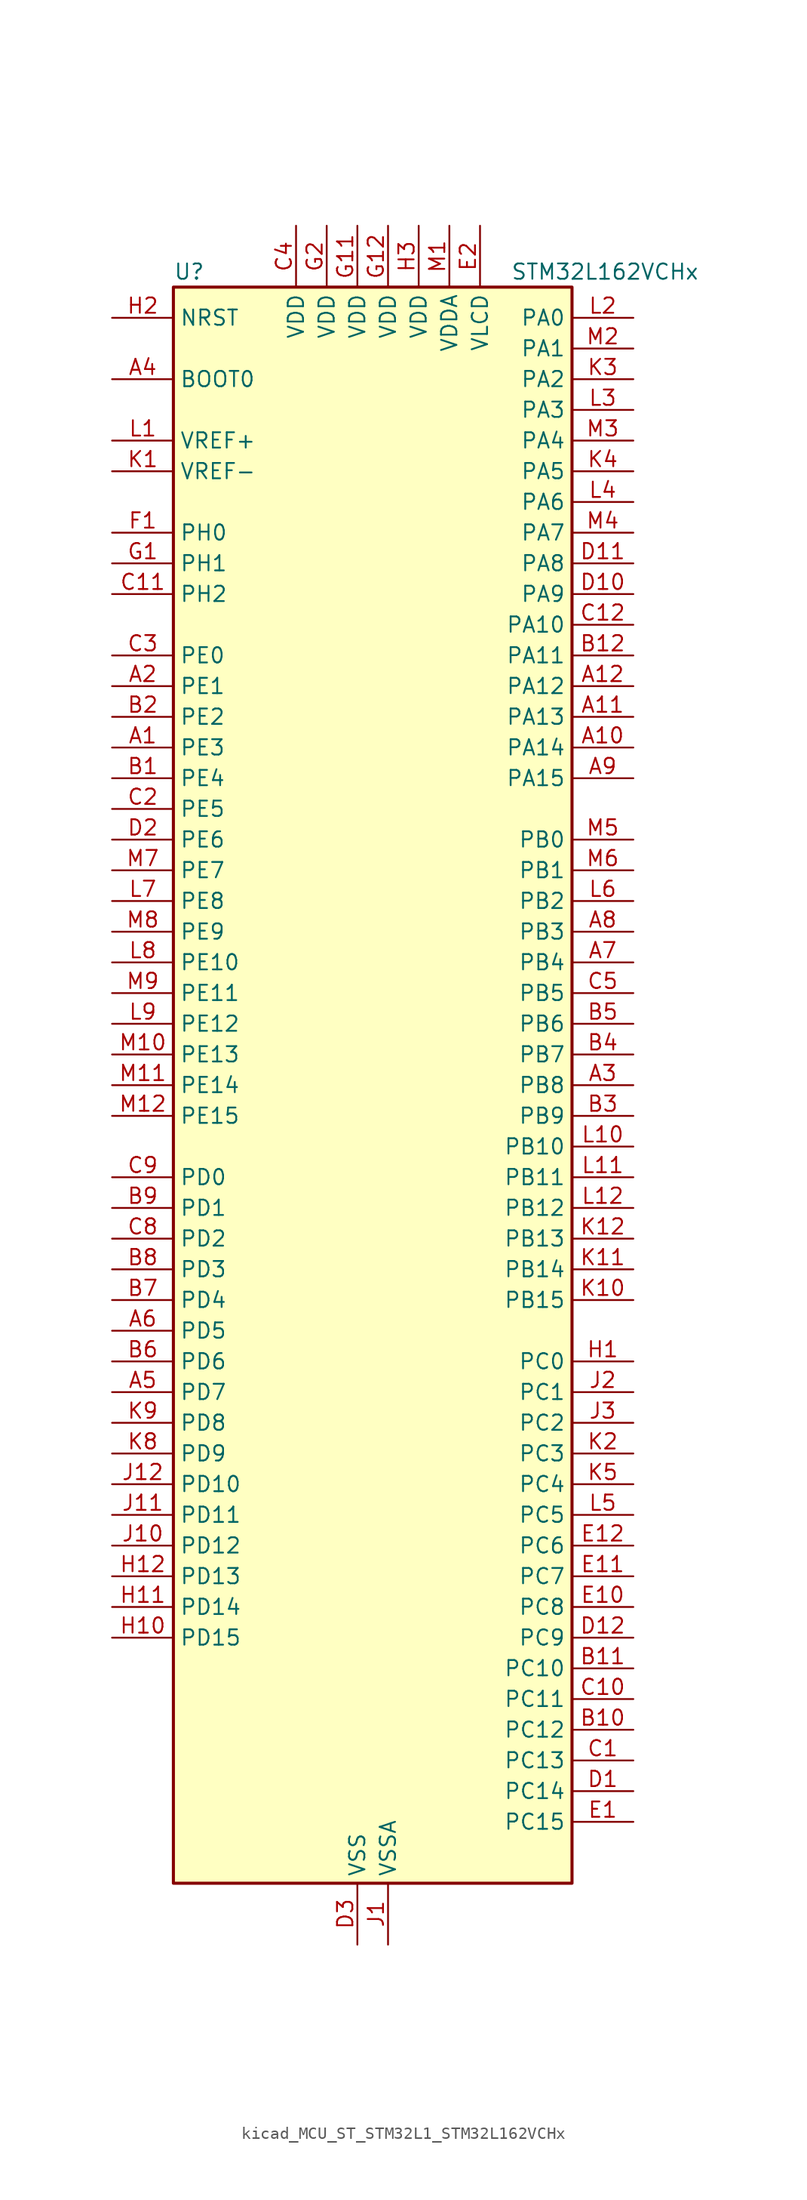
<source format=kicad_sym>
(kicad_symbol_lib
  (version 20220914)
  (generator kicad_symbol_editor)
  (symbol "kicad_MCU_ST_STM32L1_STM32L162VCHx"
    (property "Reference" "U"
      (at -15.24 67.31 0)
      (effects (font (size 1.27 1.27)) (justify left)))
    (property "Value" "STM32L162VCHx"
      (at 12.7 67.31 0)
      (effects (font (size 1.27 1.27)) (justify left)))
    (property "ki_locked" ""
      (at 0 0 0)
      (effects (font (size 1.27 1.27))))
    (symbol "kicad_MCU_ST_STM32L1_STM32L162VCHx_0_1"
      (rectangle (start -15.24 -66.04) (end 17.78 66.04) (stroke (width 0.254) (type default)) (fill (type background))))
    (symbol "kicad_MCU_ST_STM32L1_STM32L162VCHx_1_1"
      (pin bidirectional line (at -20.32 27.94 0) (length 5.08) (name "PE3" (effects (font (size 1.27 1.27)))) (number "A1" (effects (font (size 1.27 1.27)))) (alternate "LCD_SEG39" bidirectional line) (alternate "SYS_TRACED0" bidirectional line) (alternate "TIM3_CH1" bidirectional line) (alternate "TIMX_IC4" bidirectional line))
      (pin bidirectional line (at 22.86 27.94 180) (length 5.08) (name "PA14" (effects (font (size 1.27 1.27)))) (number "A10" (effects (font (size 1.27 1.27)))) (alternate "SYS_JTCK-SWCLK" bidirectional line) (alternate "TIMX_IC3" bidirectional line) (alternate "TS_G5_IO2" bidirectional line))
      (pin bidirectional line (at 22.86 30.48 180) (length 5.08) (name "PA13" (effects (font (size 1.27 1.27)))) (number "A11" (effects (font (size 1.27 1.27)))) (alternate "SYS_JTMS-SWDIO" bidirectional line) (alternate "TIMX_IC2" bidirectional line) (alternate "TS_G5_IO1" bidirectional line))
      (pin bidirectional line (at 22.86 33.02 180) (length 5.08) (name "PA12" (effects (font (size 1.27 1.27)))) (number "A12" (effects (font (size 1.27 1.27)))) (alternate "SPI1_MOSI" bidirectional line) (alternate "TIMX_IC1" bidirectional line) (alternate "USART1_RTS" bidirectional line) (alternate "USB_DP" bidirectional line))
      (pin bidirectional line (at -20.32 33.02 0) (length 5.08) (name "PE1" (effects (font (size 1.27 1.27)))) (number "A2" (effects (font (size 1.27 1.27)))) (alternate "LCD_SEG37" bidirectional line) (alternate "TIM11_CH1" bidirectional line) (alternate "TIMX_IC2" bidirectional line))
      (pin bidirectional line (at 22.86 0 180) (length 5.08) (name "PB8" (effects (font (size 1.27 1.27)))) (number "A3" (effects (font (size 1.27 1.27)))) (alternate "I2C1_SCL" bidirectional line) (alternate "LCD_SEG16" bidirectional line) (alternate "TIM10_CH1" bidirectional line) (alternate "TIM4_CH3" bidirectional line))
      (pin input line (at -20.32 58.42 0) (length 5.08) (name "BOOT0" (effects (font (size 1.27 1.27)))) (number "A4" (effects (font (size 1.27 1.27)))))
      (pin bidirectional line (at -20.32 -25.4 0) (length 5.08) (name "PD7" (effects (font (size 1.27 1.27)))) (number "A5" (effects (font (size 1.27 1.27)))) (alternate "TIM9_CH2" bidirectional line) (alternate "TIMX_IC4" bidirectional line) (alternate "USART2_CK" bidirectional line))
      (pin bidirectional line (at -20.32 -20.32 0) (length 5.08) (name "PD5" (effects (font (size 1.27 1.27)))) (number "A6" (effects (font (size 1.27 1.27)))) (alternate "TIMX_IC2" bidirectional line) (alternate "USART2_TX" bidirectional line))
      (pin bidirectional line (at 22.86 10.16 180) (length 5.08) (name "PB4" (effects (font (size 1.27 1.27)))) (number "A7" (effects (font (size 1.27 1.27)))) (alternate "COMP2_INP" bidirectional line) (alternate "LCD_SEG8" bidirectional line) (alternate "SPI1_MISO" bidirectional line) (alternate "SPI3_MISO" bidirectional line) (alternate "SYS_JTRST" bidirectional line) (alternate "TIM3_CH1" bidirectional line) (alternate "TS_G6_IO1" bidirectional line))
      (pin bidirectional line (at 22.86 12.7 180) (length 5.08) (name "PB3" (effects (font (size 1.27 1.27)))) (number "A8" (effects (font (size 1.27 1.27)))) (alternate "COMP2_INM" bidirectional line) (alternate "I2S3_CK" bidirectional line) (alternate "LCD_SEG7" bidirectional line) (alternate "SPI1_SCK" bidirectional line) (alternate "SPI3_SCK" bidirectional line) (alternate "SYS_JTDO-TRACESWO" bidirectional line) (alternate "TIM2_CH2" bidirectional line))
      (pin bidirectional line (at 22.86 25.4 180) (length 5.08) (name "PA15" (effects (font (size 1.27 1.27)))) (number "A9" (effects (font (size 1.27 1.27)))) (alternate "ADC_EXTI15" bidirectional line) (alternate "I2S3_WS" bidirectional line) (alternate "LCD_SEG17" bidirectional line) (alternate "SPI1_NSS" bidirectional line) (alternate "SPI3_NSS" bidirectional line) (alternate "SYS_JTDI" bidirectional line) (alternate "TIM2_CH1" bidirectional line) (alternate "TIM2_ETR" bidirectional line) (alternate "TIMX_IC4" bidirectional line) (alternate "TS_G5_IO3" bidirectional line))
      (pin bidirectional line (at -20.32 25.4 0) (length 5.08) (name "PE4" (effects (font (size 1.27 1.27)))) (number "B1" (effects (font (size 1.27 1.27)))) (alternate "SYS_TRACED1" bidirectional line) (alternate "TIM3_CH2" bidirectional line) (alternate "TIMX_IC1" bidirectional line))
      (pin bidirectional line (at 22.86 -53.34 180) (length 5.08) (name "PC12" (effects (font (size 1.27 1.27)))) (number "B10" (effects (font (size 1.27 1.27)))) (alternate "I2S3_SD" bidirectional line) (alternate "LCD_COM6" bidirectional line) (alternate "LCD_SEG30" bidirectional line) (alternate "LCD_SEG42" bidirectional line) (alternate "SPI3_MOSI" bidirectional line) (alternate "TIMX_IC1" bidirectional line) (alternate "USART3_CK" bidirectional line))
      (pin bidirectional line (at 22.86 -48.26 180) (length 5.08) (name "PC10" (effects (font (size 1.27 1.27)))) (number "B11" (effects (font (size 1.27 1.27)))) (alternate "I2S3_CK" bidirectional line) (alternate "LCD_COM4" bidirectional line) (alternate "LCD_SEG28" bidirectional line) (alternate "LCD_SEG40" bidirectional line) (alternate "SPI3_SCK" bidirectional line) (alternate "TIMX_IC3" bidirectional line) (alternate "USART3_TX" bidirectional line))
      (pin bidirectional line (at 22.86 35.56 180) (length 5.08) (name "PA11" (effects (font (size 1.27 1.27)))) (number "B12" (effects (font (size 1.27 1.27)))) (alternate "ADC_EXTI11" bidirectional line) (alternate "SPI1_MISO" bidirectional line) (alternate "TIMX_IC4" bidirectional line) (alternate "USART1_CTS" bidirectional line) (alternate "USB_DM" bidirectional line))
      (pin bidirectional line (at -20.32 30.48 0) (length 5.08) (name "PE2" (effects (font (size 1.27 1.27)))) (number "B2" (effects (font (size 1.27 1.27)))) (alternate "LCD_SEG38" bidirectional line) (alternate "SYS_TRACECK" bidirectional line) (alternate "TIM3_ETR" bidirectional line) (alternate "TIMX_IC3" bidirectional line))
      (pin bidirectional line (at 22.86 -2.54 180) (length 5.08) (name "PB9" (effects (font (size 1.27 1.27)))) (number "B3" (effects (font (size 1.27 1.27)))) (alternate "DAC_EXTI9" bidirectional line) (alternate "I2C1_SDA" bidirectional line) (alternate "LCD_COM3" bidirectional line) (alternate "TIM11_CH1" bidirectional line) (alternate "TIM4_CH4" bidirectional line))
      (pin bidirectional line (at 22.86 2.54 180) (length 5.08) (name "PB7" (effects (font (size 1.27 1.27)))) (number "B4" (effects (font (size 1.27 1.27)))) (alternate "COMP2_INP" bidirectional line) (alternate "I2C1_SDA" bidirectional line) (alternate "SYS_PVD_IN" bidirectional line) (alternate "TIM4_CH2" bidirectional line) (alternate "TS_G6_IO4" bidirectional line) (alternate "USART1_RX" bidirectional line))
      (pin bidirectional line (at 22.86 5.08 180) (length 5.08) (name "PB6" (effects (font (size 1.27 1.27)))) (number "B5" (effects (font (size 1.27 1.27)))) (alternate "COMP2_INP" bidirectional line) (alternate "I2C1_SCL" bidirectional line) (alternate "TIM4_CH1" bidirectional line) (alternate "TS_G6_IO3" bidirectional line) (alternate "USART1_TX" bidirectional line))
      (pin bidirectional line (at -20.32 -22.86 0) (length 5.08) (name "PD6" (effects (font (size 1.27 1.27)))) (number "B6" (effects (font (size 1.27 1.27)))) (alternate "TIMX_IC3" bidirectional line) (alternate "USART2_RX" bidirectional line))
      (pin bidirectional line (at -20.32 -17.78 0) (length 5.08) (name "PD4" (effects (font (size 1.27 1.27)))) (number "B7" (effects (font (size 1.27 1.27)))) (alternate "I2S2_SD" bidirectional line) (alternate "SPI2_MOSI" bidirectional line) (alternate "TIMX_IC1" bidirectional line) (alternate "USART2_RTS" bidirectional line))
      (pin bidirectional line (at -20.32 -15.24 0) (length 5.08) (name "PD3" (effects (font (size 1.27 1.27)))) (number "B8" (effects (font (size 1.27 1.27)))) (alternate "SPI2_MISO" bidirectional line) (alternate "TIMX_IC4" bidirectional line) (alternate "USART2_CTS" bidirectional line))
      (pin bidirectional line (at -20.32 -10.16 0) (length 5.08) (name "PD1" (effects (font (size 1.27 1.27)))) (number "B9" (effects (font (size 1.27 1.27)))) (alternate "I2S2_CK" bidirectional line) (alternate "SPI2_SCK" bidirectional line) (alternate "TIMX_IC2" bidirectional line))
      (pin bidirectional line (at 22.86 -55.88 180) (length 5.08) (name "PC13" (effects (font (size 1.27 1.27)))) (number "C1" (effects (font (size 1.27 1.27)))) (alternate "RTC_OUT_ALARM" bidirectional line) (alternate "RTC_OUT_CALIB" bidirectional line) (alternate "RTC_TAMP1" bidirectional line) (alternate "RTC_TS" bidirectional line) (alternate "SYS_WKUP2" bidirectional line) (alternate "TIMX_IC2" bidirectional line))
      (pin bidirectional line (at 22.86 -50.8 180) (length 5.08) (name "PC11" (effects (font (size 1.27 1.27)))) (number "C10" (effects (font (size 1.27 1.27)))) (alternate "ADC_EXTI11" bidirectional line) (alternate "LCD_COM5" bidirectional line) (alternate "LCD_SEG29" bidirectional line) (alternate "LCD_SEG41" bidirectional line) (alternate "SPI3_MISO" bidirectional line) (alternate "TIMX_IC4" bidirectional line) (alternate "USART3_RX" bidirectional line))
      (pin bidirectional line (at -20.32 40.64 0) (length 5.08) (name "PH2" (effects (font (size 1.27 1.27)))) (number "C11" (effects (font (size 1.27 1.27)))))
      (pin bidirectional line (at 22.86 38.1 180) (length 5.08) (name "PA10" (effects (font (size 1.27 1.27)))) (number "C12" (effects (font (size 1.27 1.27)))) (alternate "LCD_COM2" bidirectional line) (alternate "TIMX_IC3" bidirectional line) (alternate "TS_G4_IO3" bidirectional line) (alternate "USART1_RX" bidirectional line))
      (pin bidirectional line (at -20.32 22.86 0) (length 5.08) (name "PE5" (effects (font (size 1.27 1.27)))) (number "C2" (effects (font (size 1.27 1.27)))) (alternate "SYS_TRACED2" bidirectional line) (alternate "TIM9_CH1" bidirectional line) (alternate "TIMX_IC2" bidirectional line))
      (pin bidirectional line (at -20.32 35.56 0) (length 5.08) (name "PE0" (effects (font (size 1.27 1.27)))) (number "C3" (effects (font (size 1.27 1.27)))) (alternate "LCD_SEG36" bidirectional line) (alternate "TIM10_CH1" bidirectional line) (alternate "TIM4_ETR" bidirectional line) (alternate "TIMX_IC1" bidirectional line))
      (pin power_in line (at -5.08 71.12 270) (length 5.08) (name "VDD" (effects (font (size 1.27 1.27)))) (number "C4" (effects (font (size 1.27 1.27)))))
      (pin bidirectional line (at 22.86 7.62 180) (length 5.08) (name "PB5" (effects (font (size 1.27 1.27)))) (number "C5" (effects (font (size 1.27 1.27)))) (alternate "COMP2_INP" bidirectional line) (alternate "I2C1_SMBA" bidirectional line) (alternate "I2S3_SD" bidirectional line) (alternate "LCD_SEG9" bidirectional line) (alternate "SPI1_MOSI" bidirectional line) (alternate "SPI3_MOSI" bidirectional line) (alternate "TIM3_CH2" bidirectional line) (alternate "TS_G6_IO2" bidirectional line))
      (pin bidirectional line (at -20.32 -12.7 0) (length 5.08) (name "PD2" (effects (font (size 1.27 1.27)))) (number "C8" (effects (font (size 1.27 1.27)))) (alternate "LCD_COM7" bidirectional line) (alternate "LCD_SEG31" bidirectional line) (alternate "LCD_SEG43" bidirectional line) (alternate "TIM3_ETR" bidirectional line) (alternate "TIMX_IC3" bidirectional line))
      (pin bidirectional line (at -20.32 -7.62 0) (length 5.08) (name "PD0" (effects (font (size 1.27 1.27)))) (number "C9" (effects (font (size 1.27 1.27)))) (alternate "I2S2_WS" bidirectional line) (alternate "SPI2_NSS" bidirectional line) (alternate "TIM9_CH1" bidirectional line) (alternate "TIMX_IC1" bidirectional line))
      (pin bidirectional line (at 22.86 -58.42 180) (length 5.08) (name "PC14" (effects (font (size 1.27 1.27)))) (number "D1" (effects (font (size 1.27 1.27)))) (alternate "RCC_OSC32_IN" bidirectional line) (alternate "TIMX_IC3" bidirectional line))
      (pin bidirectional line (at 22.86 40.64 180) (length 5.08) (name "PA9" (effects (font (size 1.27 1.27)))) (number "D10" (effects (font (size 1.27 1.27)))) (alternate "DAC_EXTI9" bidirectional line) (alternate "LCD_COM1" bidirectional line) (alternate "TIMX_IC2" bidirectional line) (alternate "TS_G4_IO2" bidirectional line) (alternate "USART1_TX" bidirectional line))
      (pin bidirectional line (at 22.86 43.18 180) (length 5.08) (name "PA8" (effects (font (size 1.27 1.27)))) (number "D11" (effects (font (size 1.27 1.27)))) (alternate "LCD_COM0" bidirectional line) (alternate "RCC_MCO" bidirectional line) (alternate "TIMX_IC1" bidirectional line) (alternate "TS_G4_IO1" bidirectional line) (alternate "USART1_CK" bidirectional line))
      (pin bidirectional line (at 22.86 -45.72 180) (length 5.08) (name "PC9" (effects (font (size 1.27 1.27)))) (number "D12" (effects (font (size 1.27 1.27)))) (alternate "DAC_EXTI9" bidirectional line) (alternate "LCD_SEG27" bidirectional line) (alternate "TIM3_CH4" bidirectional line) (alternate "TIMX_IC2" bidirectional line) (alternate "TS_G10_IO4" bidirectional line))
      (pin bidirectional line (at -20.32 20.32 0) (length 5.08) (name "PE6" (effects (font (size 1.27 1.27)))) (number "D2" (effects (font (size 1.27 1.27)))) (alternate "RTC_TAMP3" bidirectional line) (alternate "SYS_TRACED3" bidirectional line) (alternate "SYS_WKUP3" bidirectional line) (alternate "TIM9_CH2" bidirectional line) (alternate "TIMX_IC3" bidirectional line))
      (pin power_in line (at 0 -71.12 90) (length 5.08) (name "VSS" (effects (font (size 1.27 1.27)))) (number "D3" (effects (font (size 1.27 1.27)))))
      (pin bidirectional line (at 22.86 -60.96 180) (length 5.08) (name "PC15" (effects (font (size 1.27 1.27)))) (number "E1" (effects (font (size 1.27 1.27)))) (alternate "ADC_EXTI15" bidirectional line) (alternate "RCC_OSC32_OUT" bidirectional line) (alternate "TIMX_IC4" bidirectional line))
      (pin bidirectional line (at 22.86 -43.18 180) (length 5.08) (name "PC8" (effects (font (size 1.27 1.27)))) (number "E10" (effects (font (size 1.27 1.27)))) (alternate "LCD_SEG26" bidirectional line) (alternate "TIM3_CH3" bidirectional line) (alternate "TIMX_IC1" bidirectional line) (alternate "TS_G10_IO3" bidirectional line))
      (pin bidirectional line (at 22.86 -40.64 180) (length 5.08) (name "PC7" (effects (font (size 1.27 1.27)))) (number "E11" (effects (font (size 1.27 1.27)))) (alternate "I2S3_MCK" bidirectional line) (alternate "LCD_SEG25" bidirectional line) (alternate "TIM3_CH2" bidirectional line) (alternate "TIMX_IC4" bidirectional line) (alternate "TS_G10_IO2" bidirectional line))
      (pin bidirectional line (at 22.86 -38.1 180) (length 5.08) (name "PC6" (effects (font (size 1.27 1.27)))) (number "E12" (effects (font (size 1.27 1.27)))) (alternate "I2S2_MCK" bidirectional line) (alternate "LCD_SEG24" bidirectional line) (alternate "TIM3_CH1" bidirectional line) (alternate "TIMX_IC3" bidirectional line) (alternate "TS_G10_IO1" bidirectional line))
      (pin power_in line (at 10.16 71.12 270) (length 5.08) (name "VLCD" (effects (font (size 1.27 1.27)))) (number "E2" (effects (font (size 1.27 1.27)))))
      (pin passive line (at 0 -71.12 90) (length 5.08) hide (name "VSS" (effects (font (size 1.27 1.27)))) (number "E3" (effects (font (size 1.27 1.27)))))
      (pin bidirectional line (at -20.32 45.72 0) (length 5.08) (name "PH0" (effects (font (size 1.27 1.27)))) (number "F1" (effects (font (size 1.27 1.27)))) (alternate "RCC_OSC_IN" bidirectional line))
      (pin passive line (at 0 -71.12 90) (length 5.08) hide (name "VSS" (effects (font (size 1.27 1.27)))) (number "F11" (effects (font (size 1.27 1.27)))))
      (pin passive line (at 0 -71.12 90) (length 5.08) hide (name "VSS" (effects (font (size 1.27 1.27)))) (number "F12" (effects (font (size 1.27 1.27)))))
      (pin passive line (at 0 -71.12 90) (length 5.08) hide (name "VSS" (effects (font (size 1.27 1.27)))) (number "F2" (effects (font (size 1.27 1.27)))))
      (pin bidirectional line (at -20.32 43.18 0) (length 5.08) (name "PH1" (effects (font (size 1.27 1.27)))) (number "G1" (effects (font (size 1.27 1.27)))) (alternate "RCC_OSC_OUT" bidirectional line))
      (pin power_in line (at 0 71.12 270) (length 5.08) (name "VDD" (effects (font (size 1.27 1.27)))) (number "G11" (effects (font (size 1.27 1.27)))))
      (pin power_in line (at 2.54 71.12 270) (length 5.08) (name "VDD" (effects (font (size 1.27 1.27)))) (number "G12" (effects (font (size 1.27 1.27)))))
      (pin power_in line (at -2.54 71.12 270) (length 5.08) (name "VDD" (effects (font (size 1.27 1.27)))) (number "G2" (effects (font (size 1.27 1.27)))))
      (pin bidirectional line (at 22.86 -22.86 180) (length 5.08) (name "PC0" (effects (font (size 1.27 1.27)))) (number "H1" (effects (font (size 1.27 1.27)))) (alternate "ADC_IN10" bidirectional line) (alternate "COMP1_INP" bidirectional line) (alternate "LCD_SEG18" bidirectional line) (alternate "TIMX_IC1" bidirectional line) (alternate "TS_G8_IO1" bidirectional line))
      (pin bidirectional line (at -20.32 -45.72 0) (length 5.08) (name "PD15" (effects (font (size 1.27 1.27)))) (number "H10" (effects (font (size 1.27 1.27)))) (alternate "ADC_EXTI15" bidirectional line) (alternate "LCD_SEG35" bidirectional line) (alternate "TIM4_CH4" bidirectional line) (alternate "TIMX_IC4" bidirectional line))
      (pin bidirectional line (at -20.32 -43.18 0) (length 5.08) (name "PD14" (effects (font (size 1.27 1.27)))) (number "H11" (effects (font (size 1.27 1.27)))) (alternate "LCD_SEG34" bidirectional line) (alternate "TIM4_CH3" bidirectional line) (alternate "TIMX_IC3" bidirectional line))
      (pin bidirectional line (at -20.32 -40.64 0) (length 5.08) (name "PD13" (effects (font (size 1.27 1.27)))) (number "H12" (effects (font (size 1.27 1.27)))) (alternate "LCD_SEG33" bidirectional line) (alternate "TIM4_CH2" bidirectional line) (alternate "TIMX_IC2" bidirectional line))
      (pin input line (at -20.32 63.5 0) (length 5.08) (name "NRST" (effects (font (size 1.27 1.27)))) (number "H2" (effects (font (size 1.27 1.27)))))
      (pin power_in line (at 5.08 71.12 270) (length 5.08) (name "VDD" (effects (font (size 1.27 1.27)))) (number "H3" (effects (font (size 1.27 1.27)))))
      (pin power_in line (at 2.54 -71.12 90) (length 5.08) (name "VSSA" (effects (font (size 1.27 1.27)))) (number "J1" (effects (font (size 1.27 1.27)))))
      (pin bidirectional line (at -20.32 -38.1 0) (length 5.08) (name "PD12" (effects (font (size 1.27 1.27)))) (number "J10" (effects (font (size 1.27 1.27)))) (alternate "LCD_SEG32" bidirectional line) (alternate "TIM4_CH1" bidirectional line) (alternate "TIMX_IC1" bidirectional line) (alternate "USART3_RTS" bidirectional line))
      (pin bidirectional line (at -20.32 -35.56 0) (length 5.08) (name "PD11" (effects (font (size 1.27 1.27)))) (number "J11" (effects (font (size 1.27 1.27)))) (alternate "ADC_EXTI11" bidirectional line) (alternate "LCD_SEG31" bidirectional line) (alternate "TIMX_IC4" bidirectional line) (alternate "USART3_CTS" bidirectional line))
      (pin bidirectional line (at -20.32 -33.02 0) (length 5.08) (name "PD10" (effects (font (size 1.27 1.27)))) (number "J12" (effects (font (size 1.27 1.27)))) (alternate "LCD_SEG30" bidirectional line) (alternate "TIMX_IC3" bidirectional line) (alternate "USART3_CK" bidirectional line))
      (pin bidirectional line (at 22.86 -25.4 180) (length 5.08) (name "PC1" (effects (font (size 1.27 1.27)))) (number "J2" (effects (font (size 1.27 1.27)))) (alternate "ADC_IN11" bidirectional line) (alternate "COMP1_INP" bidirectional line) (alternate "LCD_SEG19" bidirectional line) (alternate "TIMX_IC2" bidirectional line) (alternate "TS_G8_IO2" bidirectional line))
      (pin bidirectional line (at 22.86 -27.94 180) (length 5.08) (name "PC2" (effects (font (size 1.27 1.27)))) (number "J3" (effects (font (size 1.27 1.27)))) (alternate "ADC_IN12" bidirectional line) (alternate "COMP1_INP" bidirectional line) (alternate "LCD_SEG20" bidirectional line) (alternate "TIMX_IC3" bidirectional line) (alternate "TS_G8_IO3" bidirectional line))
      (pin input line (at -20.32 50.8 0) (length 5.08) (name "VREF-" (effects (font (size 1.27 1.27)))) (number "K1" (effects (font (size 1.27 1.27)))))
      (pin bidirectional line (at 22.86 -17.78 180) (length 5.08) (name "PB15" (effects (font (size 1.27 1.27)))) (number "K10" (effects (font (size 1.27 1.27)))) (alternate "ADC_EXTI15" bidirectional line) (alternate "ADC_IN21" bidirectional line) (alternate "COMP1_INP" bidirectional line) (alternate "I2S2_SD" bidirectional line) (alternate "LCD_SEG15" bidirectional line) (alternate "RTC_REFIN" bidirectional line) (alternate "SPI2_MOSI" bidirectional line) (alternate "TIM11_CH1" bidirectional line) (alternate "TS_G7_IO4" bidirectional line))
      (pin bidirectional line (at 22.86 -15.24 180) (length 5.08) (name "PB14" (effects (font (size 1.27 1.27)))) (number "K11" (effects (font (size 1.27 1.27)))) (alternate "ADC_IN20" bidirectional line) (alternate "COMP1_INP" bidirectional line) (alternate "LCD_SEG14" bidirectional line) (alternate "SPI2_MISO" bidirectional line) (alternate "TIM9_CH2" bidirectional line) (alternate "TS_G7_IO3" bidirectional line) (alternate "USART3_RTS" bidirectional line))
      (pin bidirectional line (at 22.86 -12.7 180) (length 5.08) (name "PB13" (effects (font (size 1.27 1.27)))) (number "K12" (effects (font (size 1.27 1.27)))) (alternate "ADC_IN19" bidirectional line) (alternate "COMP1_INP" bidirectional line) (alternate "I2S2_CK" bidirectional line) (alternate "LCD_SEG13" bidirectional line) (alternate "SPI2_SCK" bidirectional line) (alternate "TIM9_CH1" bidirectional line) (alternate "TS_G7_IO2" bidirectional line) (alternate "USART3_CTS" bidirectional line))
      (pin bidirectional line (at 22.86 -30.48 180) (length 5.08) (name "PC3" (effects (font (size 1.27 1.27)))) (number "K2" (effects (font (size 1.27 1.27)))) (alternate "ADC_IN13" bidirectional line) (alternate "COMP1_INP" bidirectional line) (alternate "LCD_SEG21" bidirectional line) (alternate "TIMX_IC4" bidirectional line) (alternate "TS_G8_IO4" bidirectional line))
      (pin bidirectional line (at 22.86 58.42 180) (length 5.08) (name "PA2" (effects (font (size 1.27 1.27)))) (number "K3" (effects (font (size 1.27 1.27)))) (alternate "ADC_IN2" bidirectional line) (alternate "COMP1_INP" bidirectional line) (alternate "LCD_SEG1" bidirectional line) (alternate "OPAMP1_VINM" bidirectional line) (alternate "TIM2_CH3" bidirectional line) (alternate "TIM5_CH3" bidirectional line) (alternate "TIM9_CH1" bidirectional line) (alternate "TIMX_IC3" bidirectional line) (alternate "TS_G1_IO3" bidirectional line) (alternate "USART2_TX" bidirectional line))
      (pin bidirectional line (at 22.86 50.8 180) (length 5.08) (name "PA5" (effects (font (size 1.27 1.27)))) (number "K4" (effects (font (size 1.27 1.27)))) (alternate "ADC_IN5" bidirectional line) (alternate "COMP1_INP" bidirectional line) (alternate "DAC_OUT2" bidirectional line) (alternate "SPI1_SCK" bidirectional line) (alternate "TIM2_CH1" bidirectional line) (alternate "TIM2_ETR" bidirectional line) (alternate "TIMX_IC2" bidirectional line))
      (pin bidirectional line (at 22.86 -33.02 180) (length 5.08) (name "PC4" (effects (font (size 1.27 1.27)))) (number "K5" (effects (font (size 1.27 1.27)))) (alternate "ADC_IN14" bidirectional line) (alternate "COMP1_INP" bidirectional line) (alternate "LCD_SEG22" bidirectional line) (alternate "TIMX_IC1" bidirectional line) (alternate "TS_G9_IO1" bidirectional line))
      (pin bidirectional line (at -20.32 -30.48 0) (length 5.08) (name "PD9" (effects (font (size 1.27 1.27)))) (number "K8" (effects (font (size 1.27 1.27)))) (alternate "DAC_EXTI9" bidirectional line) (alternate "LCD_SEG29" bidirectional line) (alternate "TIMX_IC2" bidirectional line) (alternate "USART3_RX" bidirectional line))
      (pin bidirectional line (at -20.32 -27.94 0) (length 5.08) (name "PD8" (effects (font (size 1.27 1.27)))) (number "K9" (effects (font (size 1.27 1.27)))) (alternate "LCD_SEG28" bidirectional line) (alternate "TIMX_IC1" bidirectional line) (alternate "USART3_TX" bidirectional line))
      (pin input line (at -20.32 53.34 0) (length 5.08) (name "VREF+" (effects (font (size 1.27 1.27)))) (number "L1" (effects (font (size 1.27 1.27)))))
      (pin bidirectional line (at 22.86 -5.08 180) (length 5.08) (name "PB10" (effects (font (size 1.27 1.27)))) (number "L10" (effects (font (size 1.27 1.27)))) (alternate "I2C2_SCL" bidirectional line) (alternate "LCD_SEG10" bidirectional line) (alternate "TIM2_CH3" bidirectional line) (alternate "USART3_TX" bidirectional line))
      (pin bidirectional line (at 22.86 -7.62 180) (length 5.08) (name "PB11" (effects (font (size 1.27 1.27)))) (number "L11" (effects (font (size 1.27 1.27)))) (alternate "ADC_EXTI11" bidirectional line) (alternate "I2C2_SDA" bidirectional line) (alternate "LCD_SEG11" bidirectional line) (alternate "TIM2_CH4" bidirectional line) (alternate "USART3_RX" bidirectional line))
      (pin bidirectional line (at 22.86 -10.16 180) (length 5.08) (name "PB12" (effects (font (size 1.27 1.27)))) (number "L12" (effects (font (size 1.27 1.27)))) (alternate "ADC_IN18" bidirectional line) (alternate "COMP1_INP" bidirectional line) (alternate "I2C2_SMBA" bidirectional line) (alternate "I2S2_WS" bidirectional line) (alternate "LCD_SEG12" bidirectional line) (alternate "SPI2_NSS" bidirectional line) (alternate "TIM10_CH1" bidirectional line) (alternate "TS_G7_IO1" bidirectional line) (alternate "USART3_CK" bidirectional line))
      (pin bidirectional line (at 22.86 63.5 180) (length 5.08) (name "PA0" (effects (font (size 1.27 1.27)))) (number "L2" (effects (font (size 1.27 1.27)))) (alternate "ADC_IN0" bidirectional line) (alternate "COMP1_INP" bidirectional line) (alternate "RTC_TAMP2" bidirectional line) (alternate "SYS_WKUP1" bidirectional line) (alternate "TIM2_CH1" bidirectional line) (alternate "TIM2_ETR" bidirectional line) (alternate "TIM5_CH1" bidirectional line) (alternate "TIMX_IC1" bidirectional line) (alternate "TS_G1_IO1" bidirectional line) (alternate "USART2_CTS" bidirectional line))
      (pin bidirectional line (at 22.86 55.88 180) (length 5.08) (name "PA3" (effects (font (size 1.27 1.27)))) (number "L3" (effects (font (size 1.27 1.27)))) (alternate "ADC_IN3" bidirectional line) (alternate "COMP1_INP" bidirectional line) (alternate "LCD_SEG2" bidirectional line) (alternate "OPAMP1_VOUT" bidirectional line) (alternate "TIM2_CH4" bidirectional line) (alternate "TIM5_CH4" bidirectional line) (alternate "TIM9_CH2" bidirectional line) (alternate "TIMX_IC4" bidirectional line) (alternate "TS_G1_IO4" bidirectional line) (alternate "USART2_RX" bidirectional line))
      (pin bidirectional line (at 22.86 48.26 180) (length 5.08) (name "PA6" (effects (font (size 1.27 1.27)))) (number "L4" (effects (font (size 1.27 1.27)))) (alternate "ADC_IN6" bidirectional line) (alternate "COMP1_INP" bidirectional line) (alternate "LCD_SEG3" bidirectional line) (alternate "OPAMP2_VINP" bidirectional line) (alternate "SPI1_MISO" bidirectional line) (alternate "TIM10_CH1" bidirectional line) (alternate "TIM3_CH1" bidirectional line) (alternate "TIMX_IC3" bidirectional line) (alternate "TS_G2_IO1" bidirectional line))
      (pin bidirectional line (at 22.86 -35.56 180) (length 5.08) (name "PC5" (effects (font (size 1.27 1.27)))) (number "L5" (effects (font (size 1.27 1.27)))) (alternate "ADC_IN15" bidirectional line) (alternate "COMP1_INP" bidirectional line) (alternate "LCD_SEG23" bidirectional line) (alternate "TIMX_IC2" bidirectional line) (alternate "TS_G9_IO2" bidirectional line))
      (pin bidirectional line (at 22.86 15.24 180) (length 5.08) (name "PB2" (effects (font (size 1.27 1.27)))) (number "L6" (effects (font (size 1.27 1.27)))) (alternate "TS_G3_IO3" bidirectional line))
      (pin bidirectional line (at -20.32 15.24 0) (length 5.08) (name "PE8" (effects (font (size 1.27 1.27)))) (number "L7" (effects (font (size 1.27 1.27)))) (alternate "ADC_IN23" bidirectional line) (alternate "COMP1_INP" bidirectional line) (alternate "TIMX_IC1" bidirectional line))
      (pin bidirectional line (at -20.32 10.16 0) (length 5.08) (name "PE10" (effects (font (size 1.27 1.27)))) (number "L8" (effects (font (size 1.27 1.27)))) (alternate "ADC_IN25" bidirectional line) (alternate "COMP1_INP" bidirectional line) (alternate "TIM2_CH2" bidirectional line) (alternate "TIMX_IC3" bidirectional line))
      (pin bidirectional line (at -20.32 5.08 0) (length 5.08) (name "PE12" (effects (font (size 1.27 1.27)))) (number "L9" (effects (font (size 1.27 1.27)))) (alternate "SPI1_NSS" bidirectional line) (alternate "TIM2_CH4" bidirectional line) (alternate "TIMX_IC1" bidirectional line))
      (pin power_in line (at 7.62 71.12 270) (length 5.08) (name "VDDA" (effects (font (size 1.27 1.27)))) (number "M1" (effects (font (size 1.27 1.27)))))
      (pin bidirectional line (at -20.32 2.54 0) (length 5.08) (name "PE13" (effects (font (size 1.27 1.27)))) (number "M10" (effects (font (size 1.27 1.27)))) (alternate "SPI1_SCK" bidirectional line) (alternate "TIMX_IC2" bidirectional line))
      (pin bidirectional line (at -20.32 0 0) (length 5.08) (name "PE14" (effects (font (size 1.27 1.27)))) (number "M11" (effects (font (size 1.27 1.27)))) (alternate "SPI1_MISO" bidirectional line) (alternate "TIMX_IC3" bidirectional line))
      (pin bidirectional line (at -20.32 -2.54 0) (length 5.08) (name "PE15" (effects (font (size 1.27 1.27)))) (number "M12" (effects (font (size 1.27 1.27)))) (alternate "ADC_EXTI15" bidirectional line) (alternate "SPI1_MOSI" bidirectional line) (alternate "TIMX_IC4" bidirectional line))
      (pin bidirectional line (at 22.86 60.96 180) (length 5.08) (name "PA1" (effects (font (size 1.27 1.27)))) (number "M2" (effects (font (size 1.27 1.27)))) (alternate "ADC_IN1" bidirectional line) (alternate "COMP1_INP" bidirectional line) (alternate "LCD_SEG0" bidirectional line) (alternate "OPAMP1_VINP" bidirectional line) (alternate "TIM2_CH2" bidirectional line) (alternate "TIM5_CH2" bidirectional line) (alternate "TIMX_IC2" bidirectional line) (alternate "TS_G1_IO2" bidirectional line) (alternate "USART2_RTS" bidirectional line))
      (pin bidirectional line (at 22.86 53.34 180) (length 5.08) (name "PA4" (effects (font (size 1.27 1.27)))) (number "M3" (effects (font (size 1.27 1.27)))) (alternate "ADC_IN4" bidirectional line) (alternate "COMP1_INP" bidirectional line) (alternate "DAC_OUT1" bidirectional line) (alternate "I2S3_WS" bidirectional line) (alternate "SPI1_NSS" bidirectional line) (alternate "SPI3_NSS" bidirectional line) (alternate "TIMX_IC1" bidirectional line) (alternate "USART2_CK" bidirectional line))
      (pin bidirectional line (at 22.86 45.72 180) (length 5.08) (name "PA7" (effects (font (size 1.27 1.27)))) (number "M4" (effects (font (size 1.27 1.27)))) (alternate "ADC_IN7" bidirectional line) (alternate "COMP1_INP" bidirectional line) (alternate "LCD_SEG4" bidirectional line) (alternate "OPAMP2_VINM" bidirectional line) (alternate "SPI1_MOSI" bidirectional line) (alternate "TIM11_CH1" bidirectional line) (alternate "TIM3_CH2" bidirectional line) (alternate "TIMX_IC4" bidirectional line) (alternate "TS_G2_IO2" bidirectional line))
      (pin bidirectional line (at 22.86 20.32 180) (length 5.08) (name "PB0" (effects (font (size 1.27 1.27)))) (number "M5" (effects (font (size 1.27 1.27)))) (alternate "ADC_IN8" bidirectional line) (alternate "COMP1_INP" bidirectional line) (alternate "LCD_SEG5" bidirectional line) (alternate "OPAMP2_VOUT" bidirectional line) (alternate "SYS_V_REF_OUT" bidirectional line) (alternate "TIM3_CH3" bidirectional line) (alternate "TS_G3_IO1" bidirectional line))
      (pin bidirectional line (at 22.86 17.78 180) (length 5.08) (name "PB1" (effects (font (size 1.27 1.27)))) (number "M6" (effects (font (size 1.27 1.27)))) (alternate "ADC_IN9" bidirectional line) (alternate "COMP1_INP" bidirectional line) (alternate "LCD_SEG6" bidirectional line) (alternate "SYS_V_REF_OUT" bidirectional line) (alternate "TIM3_CH4" bidirectional line) (alternate "TS_G3_IO2" bidirectional line))
      (pin bidirectional line (at -20.32 17.78 0) (length 5.08) (name "PE7" (effects (font (size 1.27 1.27)))) (number "M7" (effects (font (size 1.27 1.27)))) (alternate "ADC_IN22" bidirectional line) (alternate "COMP1_INP" bidirectional line) (alternate "TIMX_IC4" bidirectional line))
      (pin bidirectional line (at -20.32 12.7 0) (length 5.08) (name "PE9" (effects (font (size 1.27 1.27)))) (number "M8" (effects (font (size 1.27 1.27)))) (alternate "ADC_IN24" bidirectional line) (alternate "COMP1_INP" bidirectional line) (alternate "DAC_EXTI9" bidirectional line) (alternate "TIM2_CH1" bidirectional line) (alternate "TIM2_ETR" bidirectional line) (alternate "TIM5_ETR" bidirectional line) (alternate "TIMX_IC2" bidirectional line))
      (pin bidirectional line (at -20.32 7.62 0) (length 5.08) (name "PE11" (effects (font (size 1.27 1.27)))) (number "M9" (effects (font (size 1.27 1.27)))) (alternate "ADC_EXTI11" bidirectional line) (alternate "TIM2_CH3" bidirectional line) (alternate "TIMX_IC4" bidirectional line)))))
</source>
